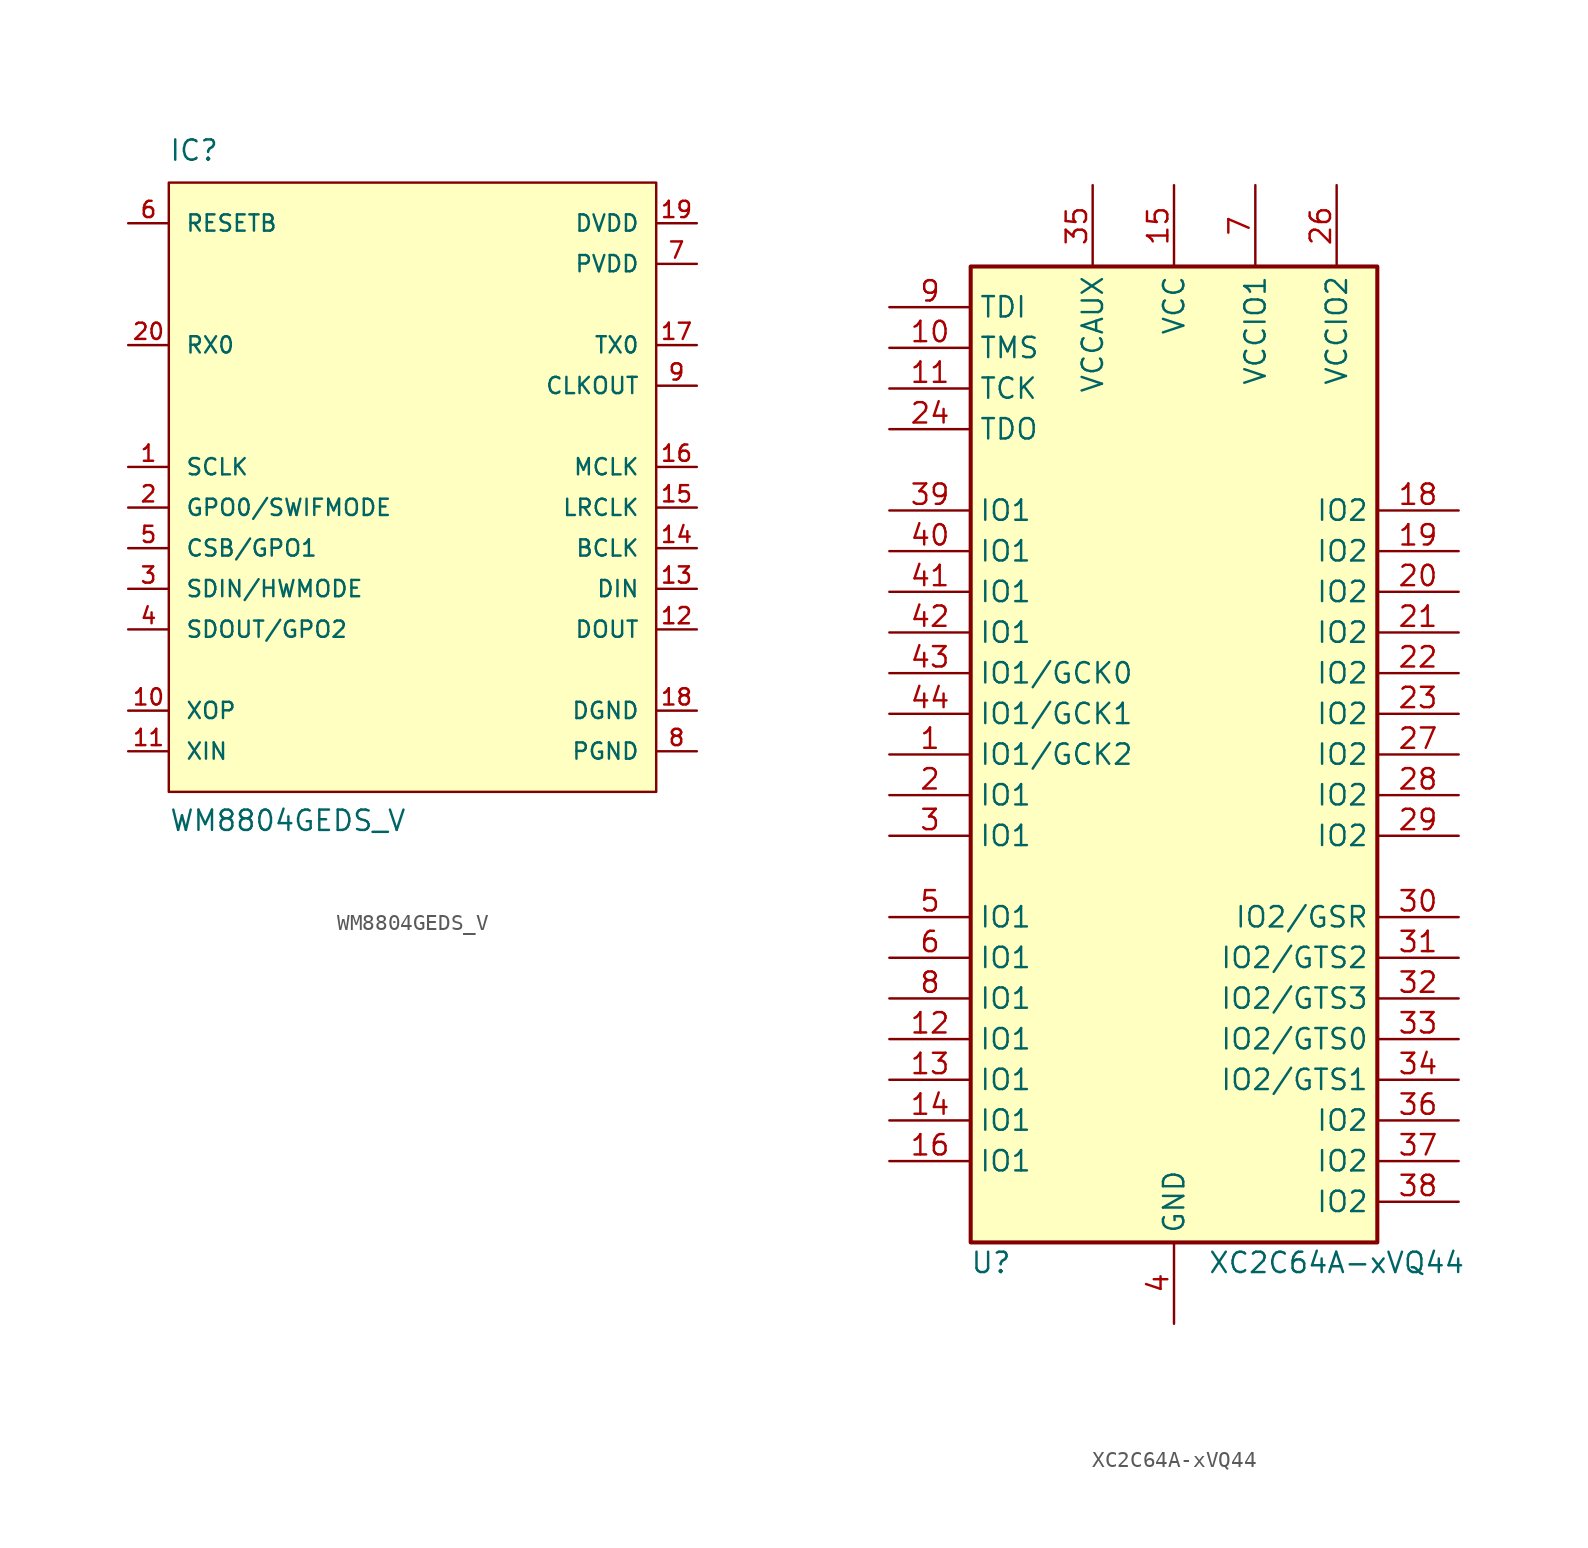
<source format=kicad_sym>
(kicad_symbol_lib
  (version 20231120)
  (generator "kicad_symbol_editor")
  (generator_version "8.0")
  (symbol "WM8804GEDS_V"
    (pin_names
      (offset 1.016))
    (property "Reference" "IC"
      (at -15.24 13.97 0)
      (effects (font (size 1.27 1.27)) (justify left bottom)))
    (property "Value" "WM8804GEDS_V"
      (at -15.24 -27.94 0)
      (effects (font (size 1.27 1.27)) (justify left bottom)))
    (symbol "WM8804GEDS_V_0_0"
      (rectangle (start -15.24 -25.4) (end 15.24 12.7) (stroke (width 0.152) (type default)) (fill (type background)))
      (pin bidirectional line (at -17.78 -5.08 0) (length 2.54) (name "SCLK" (effects (font (size 1.016 1.016)))) (number "1" (effects (font (size 1.016 1.016)))))
      (pin bidirectional line (at -17.78 -20.32 0) (length 2.54) (name "XOP" (effects (font (size 1.016 1.016)))) (number "10" (effects (font (size 1.016 1.016)))))
      (pin bidirectional line (at -17.78 -22.86 0) (length 2.54) (name "XIN" (effects (font (size 1.016 1.016)))) (number "11" (effects (font (size 1.016 1.016)))))
      (pin bidirectional line (at 17.78 -15.24 180) (length 2.54) (name "DOUT" (effects (font (size 1.016 1.016)))) (number "12" (effects (font (size 1.016 1.016)))))
      (pin bidirectional line (at 17.78 -12.7 180) (length 2.54) (name "DIN" (effects (font (size 1.016 1.016)))) (number "13" (effects (font (size 1.016 1.016)))))
      (pin bidirectional line (at 17.78 -10.16 180) (length 2.54) (name "BCLK" (effects (font (size 1.016 1.016)))) (number "14" (effects (font (size 1.016 1.016)))))
      (pin bidirectional line (at 17.78 -7.62 180) (length 2.54) (name "LRCLK" (effects (font (size 1.016 1.016)))) (number "15" (effects (font (size 1.016 1.016)))))
      (pin bidirectional line (at 17.78 -5.08 180) (length 2.54) (name "MCLK" (effects (font (size 1.016 1.016)))) (number "16" (effects (font (size 1.016 1.016)))))
      (pin bidirectional line (at 17.78 2.54 180) (length 2.54) (name "TX0" (effects (font (size 1.016 1.016)))) (number "17" (effects (font (size 1.016 1.016)))))
      (pin bidirectional line (at 17.78 -20.32 180) (length 2.54) (name "DGND" (effects (font (size 1.016 1.016)))) (number "18" (effects (font (size 1.016 1.016)))))
      (pin bidirectional line (at 17.78 10.16 180) (length 2.54) (name "DVDD" (effects (font (size 1.016 1.016)))) (number "19" (effects (font (size 1.016 1.016)))))
      (pin bidirectional line (at -17.78 -7.62 0) (length 2.54) (name "GPO0/SWIFMODE" (effects (font (size 1.016 1.016)))) (number "2" (effects (font (size 1.016 1.016)))))
      (pin bidirectional line (at -17.78 2.54 0) (length 2.54) (name "RX0" (effects (font (size 1.016 1.016)))) (number "20" (effects (font (size 1.016 1.016)))))
      (pin bidirectional line (at -17.78 -12.7 0) (length 2.54) (name "SDIN/HWMODE" (effects (font (size 1.016 1.016)))) (number "3" (effects (font (size 1.016 1.016)))))
      (pin bidirectional line (at -17.78 -15.24 0) (length 2.54) (name "SDOUT/GPO2" (effects (font (size 1.016 1.016)))) (number "4" (effects (font (size 1.016 1.016)))))
      (pin bidirectional line (at -17.78 -10.16 0) (length 2.54) (name "CSB/GPO1" (effects (font (size 1.016 1.016)))) (number "5" (effects (font (size 1.016 1.016)))))
      (pin bidirectional line (at -17.78 10.16 0) (length 2.54) (name "RESETB" (effects (font (size 1.016 1.016)))) (number "6" (effects (font (size 1.016 1.016)))))
      (pin bidirectional line (at 17.78 7.62 180) (length 2.54) (name "PVDD" (effects (font (size 1.016 1.016)))) (number "7" (effects (font (size 1.016 1.016)))))
      (pin bidirectional line (at 17.78 -22.86 180) (length 2.54) (name "PGND" (effects (font (size 1.016 1.016)))) (number "8" (effects (font (size 1.016 1.016)))))
      (pin bidirectional line (at 17.78 0 180) (length 2.54) (name "CLKOUT" (effects (font (size 1.016 1.016)))) (number "9" (effects (font (size 1.016 1.016)))))))
  (symbol "XC2C64A-xVQ44"
    (property "Reference" "U"
      (at -11.43 -31.75 0)
      (effects (font (size 1.27 1.27))))
    (property "Value" "XC2C64A-xVQ44"
      (at 10.16 -31.75 0)
      (effects (font (size 1.27 1.27))))
    (symbol "XC2C64A-xVQ44_0_1"
      (rectangle (start -12.7 30.48) (end 12.7 -30.48) (stroke (width 0.254) (type solid)) (fill (type background))))
    (symbol "XC2C64A-xVQ44_1_1"
      (pin bidirectional line (at -17.78 0 0) (length 5.08) (name "IO1/GCK2" (effects (font (size 1.27 1.27)))) (number "1" (effects (font (size 1.27 1.27)))))
      (pin input line (at -17.78 25.4 0) (length 5.08) (name "TMS" (effects (font (size 1.27 1.27)))) (number "10" (effects (font (size 1.27 1.27)))))
      (pin input line (at -17.78 22.86 0) (length 5.08) (name "TCK" (effects (font (size 1.27 1.27)))) (number "11" (effects (font (size 1.27 1.27)))))
      (pin bidirectional line (at -17.78 -17.78 0) (length 5.08) (name "IO1" (effects (font (size 1.27 1.27)))) (number "12" (effects (font (size 1.27 1.27)))))
      (pin bidirectional line (at -17.78 -20.32 0) (length 5.08) (name "IO1" (effects (font (size 1.27 1.27)))) (number "13" (effects (font (size 1.27 1.27)))))
      (pin bidirectional line (at -17.78 -22.86 0) (length 5.08) (name "IO1" (effects (font (size 1.27 1.27)))) (number "14" (effects (font (size 1.27 1.27)))))
      (pin power_in line (at 0 35.56 270) (length 5.08) (name "VCC" (effects (font (size 1.27 1.27)))) (number "15" (effects (font (size 1.27 1.27)))))
      (pin bidirectional line (at -17.78 -25.4 0) (length 5.08) (name "IO1" (effects (font (size 1.27 1.27)))) (number "16" (effects (font (size 1.27 1.27)))))
      (pin passive line (at 0 -35.56 90) (length 5.08) hide (name "GND" (effects (font (size 1.27 1.27)))) (number "17" (effects (font (size 1.27 1.27)))))
      (pin bidirectional line (at 17.78 15.24 180) (length 5.08) (name "IO2" (effects (font (size 1.27 1.27)))) (number "18" (effects (font (size 1.27 1.27)))))
      (pin bidirectional line (at 17.78 12.7 180) (length 5.08) (name "IO2" (effects (font (size 1.27 1.27)))) (number "19" (effects (font (size 1.27 1.27)))))
      (pin bidirectional line (at -17.78 -2.54 0) (length 5.08) (name "IO1" (effects (font (size 1.27 1.27)))) (number "2" (effects (font (size 1.27 1.27)))))
      (pin bidirectional line (at 17.78 10.16 180) (length 5.08) (name "IO2" (effects (font (size 1.27 1.27)))) (number "20" (effects (font (size 1.27 1.27)))))
      (pin bidirectional line (at 17.78 7.62 180) (length 5.08) (name "IO2" (effects (font (size 1.27 1.27)))) (number "21" (effects (font (size 1.27 1.27)))))
      (pin bidirectional line (at 17.78 5.08 180) (length 5.08) (name "IO2" (effects (font (size 1.27 1.27)))) (number "22" (effects (font (size 1.27 1.27)))))
      (pin bidirectional line (at 17.78 2.54 180) (length 5.08) (name "IO2" (effects (font (size 1.27 1.27)))) (number "23" (effects (font (size 1.27 1.27)))))
      (pin output line (at -17.78 20.32 0) (length 5.08) (name "TDO" (effects (font (size 1.27 1.27)))) (number "24" (effects (font (size 1.27 1.27)))))
      (pin passive line (at 0 -35.56 90) (length 5.08) hide (name "GND" (effects (font (size 1.27 1.27)))) (number "25" (effects (font (size 1.27 1.27)))))
      (pin power_in line (at 10.16 35.56 270) (length 5.08) (name "VCCIO2" (effects (font (size 1.27 1.27)))) (number "26" (effects (font (size 1.27 1.27)))))
      (pin bidirectional line (at 17.78 0 180) (length 5.08) (name "IO2" (effects (font (size 1.27 1.27)))) (number "27" (effects (font (size 1.27 1.27)))))
      (pin bidirectional line (at 17.78 -2.54 180) (length 5.08) (name "IO2" (effects (font (size 1.27 1.27)))) (number "28" (effects (font (size 1.27 1.27)))))
      (pin bidirectional line (at 17.78 -5.08 180) (length 5.08) (name "IO2" (effects (font (size 1.27 1.27)))) (number "29" (effects (font (size 1.27 1.27)))))
      (pin bidirectional line (at -17.78 -5.08 0) (length 5.08) (name "IO1" (effects (font (size 1.27 1.27)))) (number "3" (effects (font (size 1.27 1.27)))))
      (pin bidirectional line (at 17.78 -10.16 180) (length 5.08) (name "IO2/GSR" (effects (font (size 1.27 1.27)))) (number "30" (effects (font (size 1.27 1.27)))))
      (pin bidirectional line (at 17.78 -12.7 180) (length 5.08) (name "IO2/GTS2" (effects (font (size 1.27 1.27)))) (number "31" (effects (font (size 1.27 1.27)))))
      (pin bidirectional line (at 17.78 -15.24 180) (length 5.08) (name "IO2/GTS3" (effects (font (size 1.27 1.27)))) (number "32" (effects (font (size 1.27 1.27)))))
      (pin bidirectional line (at 17.78 -17.78 180) (length 5.08) (name "IO2/GTS0" (effects (font (size 1.27 1.27)))) (number "33" (effects (font (size 1.27 1.27)))))
      (pin bidirectional line (at 17.78 -20.32 180) (length 5.08) (name "IO2/GTS1" (effects (font (size 1.27 1.27)))) (number "34" (effects (font (size 1.27 1.27)))))
      (pin power_in line (at -5.08 35.56 270) (length 5.08) (name "VCCAUX" (effects (font (size 1.27 1.27)))) (number "35" (effects (font (size 1.27 1.27)))))
      (pin bidirectional line (at 17.78 -22.86 180) (length 5.08) (name "IO2" (effects (font (size 1.27 1.27)))) (number "36" (effects (font (size 1.27 1.27)))))
      (pin bidirectional line (at 17.78 -25.4 180) (length 5.08) (name "IO2" (effects (font (size 1.27 1.27)))) (number "37" (effects (font (size 1.27 1.27)))))
      (pin bidirectional line (at 17.78 -27.94 180) (length 5.08) (name "IO2" (effects (font (size 1.27 1.27)))) (number "38" (effects (font (size 1.27 1.27)))))
      (pin bidirectional line (at -17.78 15.24 0) (length 5.08) (name "IO1" (effects (font (size 1.27 1.27)))) (number "39" (effects (font (size 1.27 1.27)))))
      (pin power_in line (at 0 -35.56 90) (length 5.08) (name "GND" (effects (font (size 1.27 1.27)))) (number "4" (effects (font (size 1.27 1.27)))))
      (pin bidirectional line (at -17.78 12.7 0) (length 5.08) (name "IO1" (effects (font (size 1.27 1.27)))) (number "40" (effects (font (size 1.27 1.27)))))
      (pin bidirectional line (at -17.78 10.16 0) (length 5.08) (name "IO1" (effects (font (size 1.27 1.27)))) (number "41" (effects (font (size 1.27 1.27)))))
      (pin bidirectional line (at -17.78 7.62 0) (length 5.08) (name "IO1" (effects (font (size 1.27 1.27)))) (number "42" (effects (font (size 1.27 1.27)))))
      (pin bidirectional line (at -17.78 5.08 0) (length 5.08) (name "IO1/GCK0" (effects (font (size 1.27 1.27)))) (number "43" (effects (font (size 1.27 1.27)))))
      (pin bidirectional line (at -17.78 2.54 0) (length 5.08) (name "IO1/GCK1" (effects (font (size 1.27 1.27)))) (number "44" (effects (font (size 1.27 1.27)))))
      (pin bidirectional line (at -17.78 -10.16 0) (length 5.08) (name "IO1" (effects (font (size 1.27 1.27)))) (number "5" (effects (font (size 1.27 1.27)))))
      (pin bidirectional line (at -17.78 -12.7 0) (length 5.08) (name "IO1" (effects (font (size 1.27 1.27)))) (number "6" (effects (font (size 1.27 1.27)))))
      (pin power_in line (at 5.08 35.56 270) (length 5.08) (name "VCCIO1" (effects (font (size 1.27 1.27)))) (number "7" (effects (font (size 1.27 1.27)))))
      (pin bidirectional line (at -17.78 -15.24 0) (length 5.08) (name "IO1" (effects (font (size 1.27 1.27)))) (number "8" (effects (font (size 1.27 1.27)))))
      (pin input line (at -17.78 27.94 0) (length 5.08) (name "TDI" (effects (font (size 1.27 1.27)))) (number "9" (effects (font (size 1.27 1.27))))))))
</source>
